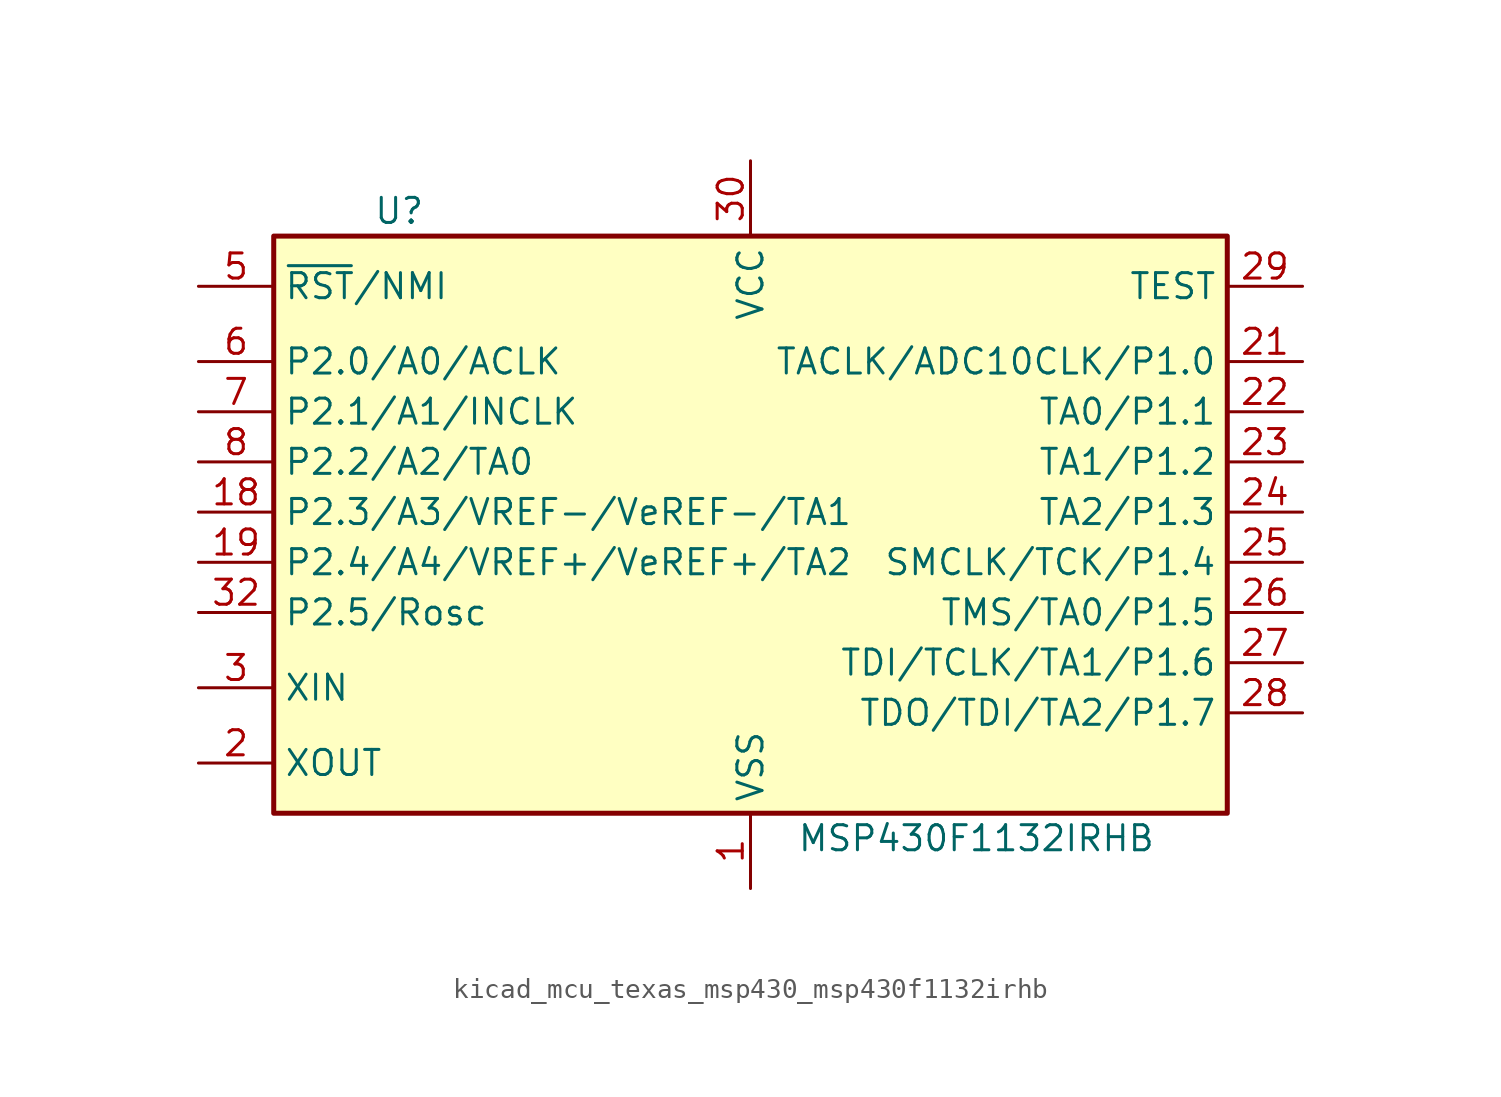
<source format=kicad_sym>
(kicad_symbol_lib
  (version 20220914)
  (generator kicad_symbol_editor)
  (symbol "kicad_mcu_texas_msp430_msp430f1132irhb"
    (property "Reference" "U"
      (at -17.78 15.24 0)
      (effects (font (size 1.27 1.27))))
    (property "Value" "MSP430F1132IRHB"
      (at 11.43 -16.51 0)
      (effects (font (size 1.27 1.27))))
    (symbol "kicad_mcu_texas_msp430_msp430f1132irhb_0_1"
      (rectangle (start -24.13 13.97) (end 24.13 -15.24) (stroke (width 0.254) (type default)) (fill (type background))))
    (symbol "kicad_mcu_texas_msp430_msp430f1132irhb_1_1"
      (pin power_in line (at 0 -19.05 90) (length 3.81) (name "VSS" (effects (font (size 1.27 1.27)))) (number "1" (effects (font (size 1.27 1.27)))))
      (pin bidirectional line (at -27.94 0 0) (length 3.81) (name "P2.3/A3/VREF-/VeREF-/TA1" (effects (font (size 1.27 1.27)))) (number "18" (effects (font (size 1.27 1.27)))))
      (pin bidirectional line (at -27.94 -2.54 0) (length 3.81) (name "P2.4/A4/VREF+/VeREF+/TA2" (effects (font (size 1.27 1.27)))) (number "19" (effects (font (size 1.27 1.27)))))
      (pin output line (at -27.94 -12.7 0) (length 3.81) (name "XOUT" (effects (font (size 1.27 1.27)))) (number "2" (effects (font (size 1.27 1.27)))))
      (pin bidirectional line (at 27.94 7.62 180) (length 3.81) (name "TACLK/ADC10CLK/P1.0" (effects (font (size 1.27 1.27)))) (number "21" (effects (font (size 1.27 1.27)))))
      (pin bidirectional line (at 27.94 5.08 180) (length 3.81) (name "TA0/P1.1" (effects (font (size 1.27 1.27)))) (number "22" (effects (font (size 1.27 1.27)))))
      (pin bidirectional line (at 27.94 2.54 180) (length 3.81) (name "TA1/P1.2" (effects (font (size 1.27 1.27)))) (number "23" (effects (font (size 1.27 1.27)))))
      (pin bidirectional line (at 27.94 0 180) (length 3.81) (name "TA2/P1.3" (effects (font (size 1.27 1.27)))) (number "24" (effects (font (size 1.27 1.27)))))
      (pin bidirectional line (at 27.94 -2.54 180) (length 3.81) (name "SMCLK/TCK/P1.4" (effects (font (size 1.27 1.27)))) (number "25" (effects (font (size 1.27 1.27)))))
      (pin bidirectional line (at 27.94 -5.08 180) (length 3.81) (name "TMS/TA0/P1.5" (effects (font (size 1.27 1.27)))) (number "26" (effects (font (size 1.27 1.27)))))
      (pin bidirectional line (at 27.94 -7.62 180) (length 3.81) (name "TDI/TCLK/TA1/P1.6" (effects (font (size 1.27 1.27)))) (number "27" (effects (font (size 1.27 1.27)))))
      (pin bidirectional line (at 27.94 -10.16 180) (length 3.81) (name "TDO/TDI/TA2/P1.7" (effects (font (size 1.27 1.27)))) (number "28" (effects (font (size 1.27 1.27)))))
      (pin input line (at 27.94 11.43 180) (length 3.81) (name "TEST" (effects (font (size 1.27 1.27)))) (number "29" (effects (font (size 1.27 1.27)))))
      (pin input line (at -27.94 -8.89 0) (length 3.81) (name "XIN" (effects (font (size 1.27 1.27)))) (number "3" (effects (font (size 1.27 1.27)))))
      (pin power_in line (at 0 17.78 270) (length 3.81) (name "VCC" (effects (font (size 1.27 1.27)))) (number "30" (effects (font (size 1.27 1.27)))))
      (pin bidirectional line (at -27.94 -5.08 0) (length 3.81) (name "P2.5/Rosc" (effects (font (size 1.27 1.27)))) (number "32" (effects (font (size 1.27 1.27)))))
      (pin input line (at -27.94 11.43 0) (length 3.81) (name "~{RST}/NMI" (effects (font (size 1.27 1.27)))) (number "5" (effects (font (size 1.27 1.27)))))
      (pin bidirectional line (at -27.94 7.62 0) (length 3.81) (name "P2.0/A0/ACLK" (effects (font (size 1.27 1.27)))) (number "6" (effects (font (size 1.27 1.27)))))
      (pin bidirectional line (at -27.94 5.08 0) (length 3.81) (name "P2.1/A1/INCLK" (effects (font (size 1.27 1.27)))) (number "7" (effects (font (size 1.27 1.27)))))
      (pin bidirectional line (at -27.94 2.54 0) (length 3.81) (name "P2.2/A2/TA0" (effects (font (size 1.27 1.27)))) (number "8" (effects (font (size 1.27 1.27))))))))
</source>
